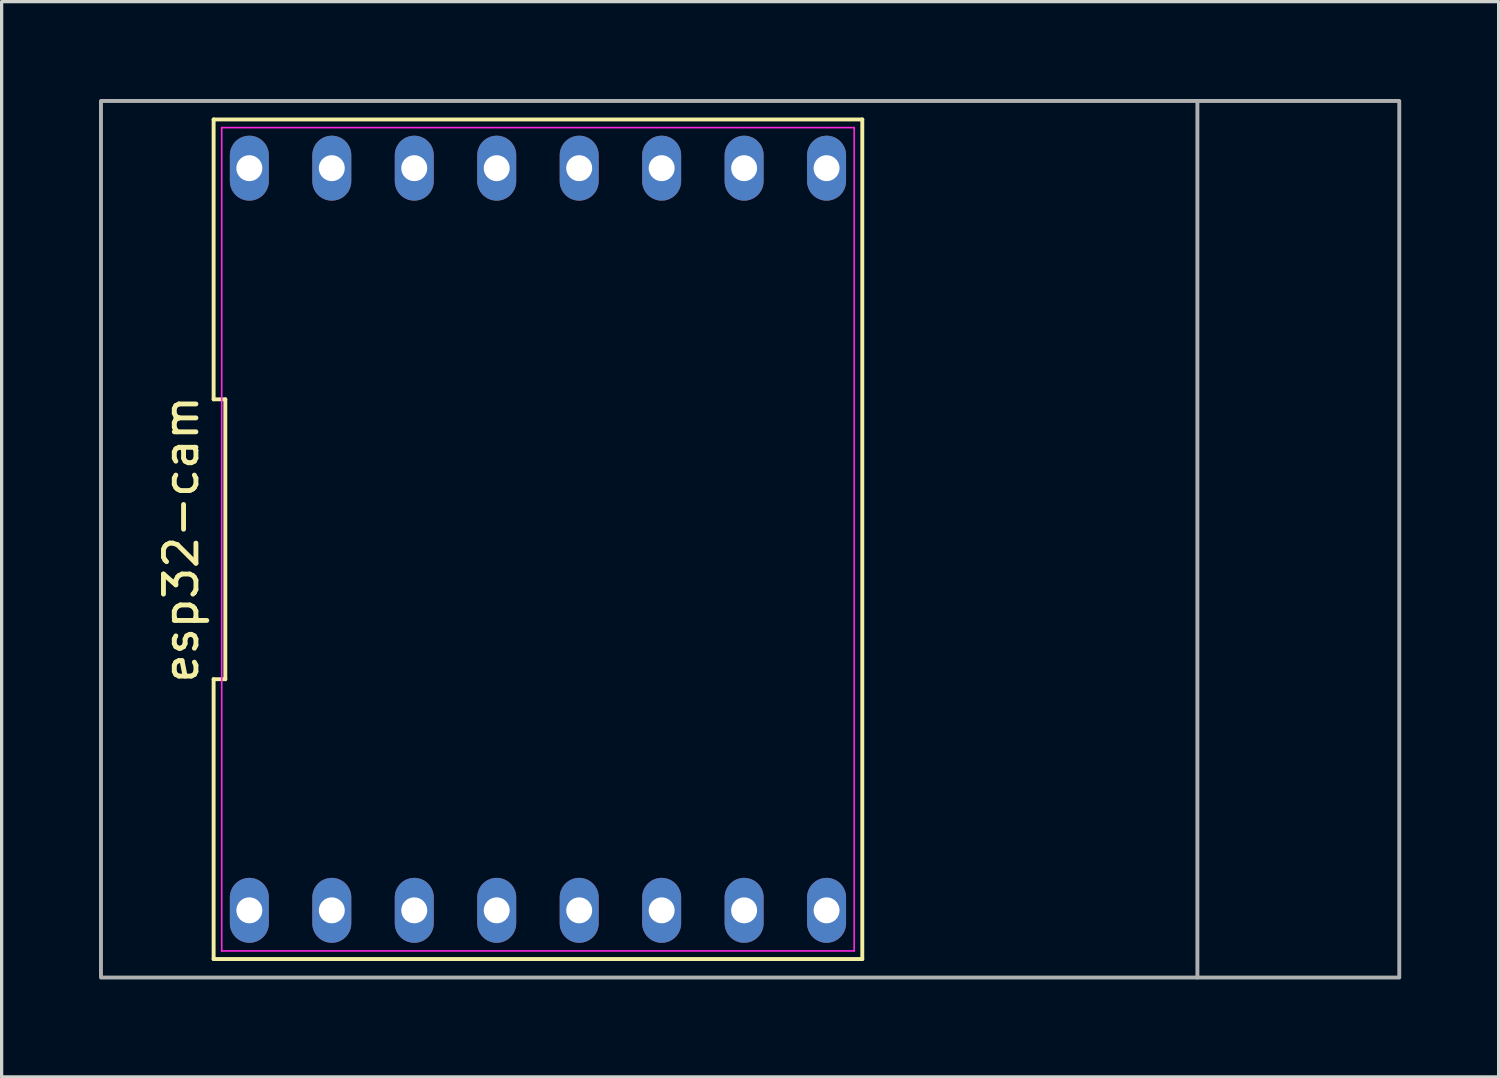
<source format=kicad_pcb>
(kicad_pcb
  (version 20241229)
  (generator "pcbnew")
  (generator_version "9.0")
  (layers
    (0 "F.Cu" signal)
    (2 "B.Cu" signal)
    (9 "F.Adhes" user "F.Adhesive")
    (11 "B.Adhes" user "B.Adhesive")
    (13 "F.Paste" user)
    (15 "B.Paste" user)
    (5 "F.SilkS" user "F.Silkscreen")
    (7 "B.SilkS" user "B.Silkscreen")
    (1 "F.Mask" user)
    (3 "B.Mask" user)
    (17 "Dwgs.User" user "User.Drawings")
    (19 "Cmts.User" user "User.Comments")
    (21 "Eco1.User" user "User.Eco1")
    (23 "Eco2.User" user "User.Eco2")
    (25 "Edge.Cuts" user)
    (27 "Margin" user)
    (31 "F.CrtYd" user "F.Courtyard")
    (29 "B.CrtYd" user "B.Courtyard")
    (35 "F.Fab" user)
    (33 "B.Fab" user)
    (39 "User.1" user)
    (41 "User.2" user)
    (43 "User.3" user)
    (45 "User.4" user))
  (footprint "esp32-cam"
    (layer "F.Cu")
    (at 13.52 13.56)
    (property "Reference" "esp32-cam" (at -10.99 0 90) (layer "F.SilkS") (effects (font (size 1 1) (thickness 0.15))))
    (fp_line (start -9.99 -12.93) (end -9.99 -4.31) (stroke (width 0.12) (type solid)) (layer "F.SilkS"))
    (fp_line (start -9.99 -4.31) (end -9.63 -4.31) (stroke (width 0.12) (type solid)) (layer "F.SilkS"))
    (fp_line (start -9.99 4.31) (end -9.99 12.93) (stroke (width 0.12) (type solid)) (layer "F.SilkS"))
    (fp_line (start -9.99 12.93) (end 9.99 12.93) (stroke (width 0.12) (type solid)) (layer "F.SilkS"))
    (fp_line (start -9.63 -4.31) (end -9.63 4.31) (stroke (width 0.12) (type solid)) (layer "F.SilkS"))
    (fp_line (start -9.63 4.31) (end -9.99 4.31) (stroke (width 0.12) (type solid)) (layer "F.SilkS"))
    (fp_line (start 9.99 -12.93) (end -9.99 -12.93) (stroke (width 0.12) (type solid)) (layer "F.SilkS"))
    (fp_line (start 9.99 12.93) (end 9.99 -12.93) (stroke (width 0.12) (type solid)) (layer "F.SilkS"))
    (fp_line (start -9.74 -12.68) (end 9.74 -12.68) (stroke (width 0.05) (type solid)) (layer "F.CrtYd"))
    (fp_line (start -9.74 12.68) (end -9.74 -12.68) (stroke (width 0.05) (type solid)) (layer "F.CrtYd"))
    (fp_line (start 9.74 -12.68) (end 9.74 12.68) (stroke (width 0.05) (type solid)) (layer "F.CrtYd"))
    (fp_line (start 9.74 12.68) (end -9.74 12.68) (stroke (width 0.05) (type solid)) (layer "F.CrtYd"))
    (fp_line (start 20.312 -13.5) (end 20.312 13.5) (stroke (width 0.12) (type solid)) (layer "F.Fab"))
    (fp_rect (start -13.46 -13.5) (end 26.53 13.5) (stroke (width 0.12) (type solid)) (fill no) (layer "F.Fab"))
    (pad "1" thru_hole oval (at -8.89 11.43) (size 1.2 2) (drill 0.8) (layers "*.Cu" "*.Mask"))
    (pad "2" thru_hole oval (at -6.35 11.43) (size 1.2 2) (drill 0.8) (layers "*.Cu" "*.Mask"))
    (pad "3" thru_hole oval (at -3.81 11.43) (size 1.2 2) (drill 0.8) (layers "*.Cu" "*.Mask"))
    (pad "4" thru_hole oval (at -1.27 11.43) (size 1.2 2) (drill 0.8) (layers "*.Cu" "*.Mask"))
    (pad "5" thru_hole oval (at 1.27 11.43) (size 1.2 2) (drill 0.8) (layers "*.Cu" "*.Mask"))
    (pad "6" thru_hole oval (at 3.81 11.43) (size 1.2 2) (drill 0.8) (layers "*.Cu" "*.Mask"))
    (pad "7" thru_hole oval (at 6.35 11.43) (size 1.2 2) (drill 0.8) (layers "*.Cu" "*.Mask"))
    (pad "8" thru_hole oval (at 8.89 11.43) (size 1.2 2) (drill 0.8) (layers "*.Cu" "*.Mask"))
    (pad "9" thru_hole oval (at 8.89 -11.43) (size 1.2 2) (drill 0.8) (layers "*.Cu" "*.Mask"))
    (pad "10" thru_hole oval (at 6.35 -11.43) (size 1.2 2) (drill 0.8) (layers "*.Cu" "*.Mask"))
    (pad "11" thru_hole oval (at 3.81 -11.43) (size 1.2 2) (drill 0.8) (layers "*.Cu" "*.Mask"))
    (pad "12" thru_hole oval (at 1.27 -11.43) (size 1.2 2) (drill 0.8) (layers "*.Cu" "*.Mask"))
    (pad "13" thru_hole oval (at -1.27 -11.43) (size 1.2 2) (drill 0.8) (layers "*.Cu" "*.Mask"))
    (pad "14" thru_hole oval (at -3.81 -11.43) (size 1.2 2) (drill 0.8) (layers "*.Cu" "*.Mask"))
    (pad "15" thru_hole oval (at -6.35 -11.43) (size 1.2 2) (drill 0.8) (layers "*.Cu" "*.Mask"))
    (pad "16" thru_hole oval (at -8.89 -11.43) (size 1.2 2) (drill 0.8) (layers "*.Cu" "*.Mask")))
  (gr_rect
    (start -3 -3)
    (end 43.11 30.12)
    (stroke (width 0.1) (type default))
    (fill no)
    (layer "Edge.Cuts")))
</source>
